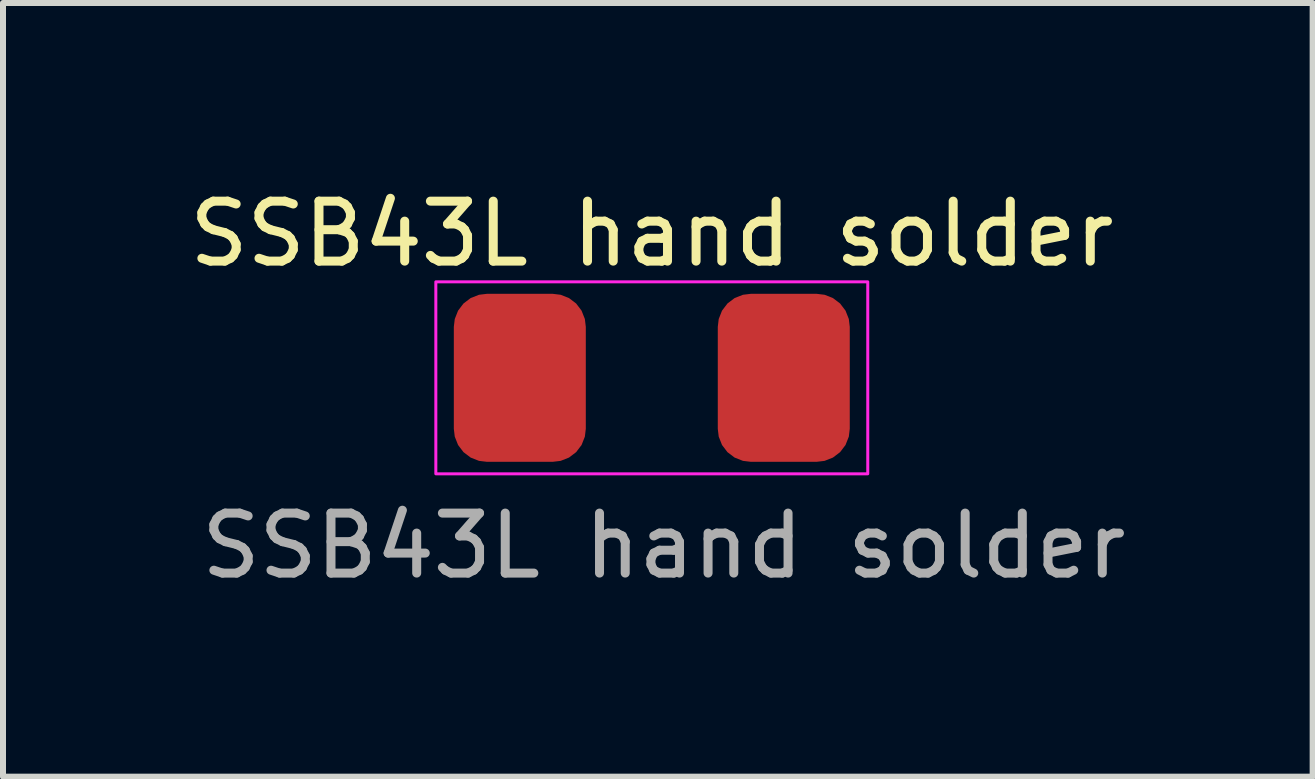
<source format=kicad_pcb>
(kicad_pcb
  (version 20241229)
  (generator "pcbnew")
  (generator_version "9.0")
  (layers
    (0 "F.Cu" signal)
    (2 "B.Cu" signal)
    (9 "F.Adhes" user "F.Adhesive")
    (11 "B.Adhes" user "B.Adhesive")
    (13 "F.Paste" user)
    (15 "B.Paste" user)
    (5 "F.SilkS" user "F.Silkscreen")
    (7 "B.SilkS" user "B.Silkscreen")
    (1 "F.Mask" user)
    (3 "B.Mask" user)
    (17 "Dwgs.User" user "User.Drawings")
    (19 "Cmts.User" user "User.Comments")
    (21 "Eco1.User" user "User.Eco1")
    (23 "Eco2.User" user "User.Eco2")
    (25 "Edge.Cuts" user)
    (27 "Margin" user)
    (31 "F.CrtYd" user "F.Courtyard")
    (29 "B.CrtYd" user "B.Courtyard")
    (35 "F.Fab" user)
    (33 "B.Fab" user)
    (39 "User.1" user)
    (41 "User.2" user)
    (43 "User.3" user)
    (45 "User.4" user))
  (footprint "SSB43L hand solder"
    (layer "F.Cu")
    (at 7.815 3.248)
    (property "Reference" "SSB43L hand solder" (at 0 -2.4 0) (unlocked yes) (layer "F.SilkS") (effects (font (size 1 1) (thickness 0.15))))
    (attr smd)
    (fp_rect (start -3.6 1.6) (end 3.6 -1.6) (stroke (width 0.05) (type solid)) (fill no) (layer "F.CrtYd"))
    (fp_text user "${REFERENCE}" (at 0.2 2.8 0) (unlocked yes) (layer "F.Fab") (effects (font (size 1 1) (thickness 0.15))))
    (pad "1" smd roundrect (at 2.2 0 90) (size 2.8 2.2) (layers "F.Cu" "F.Mask" "F.Paste") (roundrect_rratio 0.25))
    (pad "2" smd roundrect (at -2.2 0 90) (size 2.8 2.2) (layers "F.Cu" "F.Mask" "F.Paste") (roundrect_rratio 0.25)))
  (gr_rect
    (start -3 -3)
    (end 18.831 9.896)
    (stroke (width 0.1) (type default))
    (fill no)
    (layer "Edge.Cuts")))
</source>
